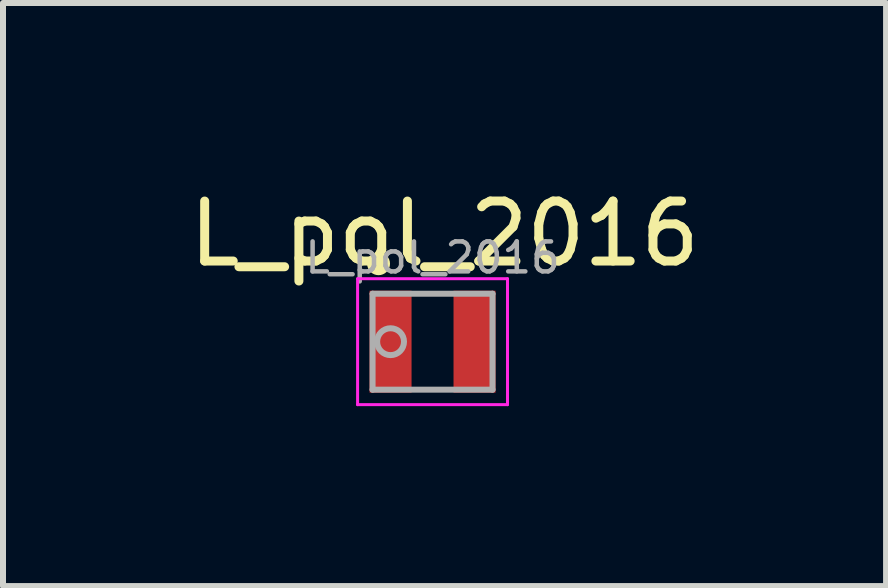
<source format=kicad_pcb>
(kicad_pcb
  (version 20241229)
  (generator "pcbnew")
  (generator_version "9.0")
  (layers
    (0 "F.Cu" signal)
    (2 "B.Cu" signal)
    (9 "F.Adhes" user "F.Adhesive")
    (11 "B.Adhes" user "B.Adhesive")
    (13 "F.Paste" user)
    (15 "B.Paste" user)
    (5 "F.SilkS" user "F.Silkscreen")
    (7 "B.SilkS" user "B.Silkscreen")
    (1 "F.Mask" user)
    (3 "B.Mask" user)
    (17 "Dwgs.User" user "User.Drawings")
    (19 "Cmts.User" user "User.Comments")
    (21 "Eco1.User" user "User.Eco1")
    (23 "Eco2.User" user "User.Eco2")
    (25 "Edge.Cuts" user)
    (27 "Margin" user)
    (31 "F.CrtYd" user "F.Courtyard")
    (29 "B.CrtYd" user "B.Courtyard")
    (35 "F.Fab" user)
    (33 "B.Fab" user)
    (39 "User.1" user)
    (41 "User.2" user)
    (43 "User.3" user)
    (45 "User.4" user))
  (footprint "L_pol_2016"
    (layer "F.Cu")
    (at 4.163 2.648)
    (property "Reference" "L_pol_2016" (at 0.2 -1.8 0) (layer "F.SilkS") (effects (font (size 1 1) (thickness 0.15))))
    (attr smd)
    (fp_circle (center -0.9 -1.3) (end -0.759 -1.3) (stroke (width 0.1) (type solid)) (fill yes) (layer "F.SilkS"))
    (fp_rect (start -0.95 -0.75) (end -0.45 0.75) (stroke (width 0.15) (type solid)) (fill yes) (layer "F.Paste"))
    (fp_rect (start 0.45 -0.75) (end 0.95 0.75) (stroke (width 0.15) (type solid)) (fill yes) (layer "F.Paste"))
    (fp_line (start -1.25 -1.05) (end -1.25 1.05) (stroke (width 0.05) (type solid)) (layer "F.CrtYd"))
    (fp_line (start -1.25 1.05) (end 1.25 1.05) (stroke (width 0.05) (type solid)) (layer "F.CrtYd"))
    (fp_line (start 1.25 -1.05) (end -1.25 -1.05) (stroke (width 0.05) (type solid)) (layer "F.CrtYd"))
    (fp_line (start 1.25 1.05) (end 1.25 -1.05) (stroke (width 0.05) (type solid)) (layer "F.CrtYd"))
    (fp_line (start -1 -0.8) (end -1 0.8) (stroke (width 0.1) (type solid)) (layer "F.Fab"))
    (fp_line (start -1 0.8) (end 1 0.8) (stroke (width 0.1) (type solid)) (layer "F.Fab"))
    (fp_line (start 1 -0.8) (end -1 -0.8) (stroke (width 0.1) (type solid)) (layer "F.Fab"))
    (fp_line (start 1 0.8) (end 1 -0.8) (stroke (width 0.1) (type solid)) (layer "F.Fab"))
    (fp_circle (center -0.7 0) (end -0.476 0) (stroke (width 0.1) (type solid)) (fill no) (layer "F.Fab"))
    (fp_text user "${REFERENCE}" (at 0 -1.4 0) (layer "F.Fab") (effects (font (size 0.5 0.5) (thickness 0.075))))
    (pad "1" smd rect (at -0.7 0) (size 0.7 1.7) (layers "F.Cu" "F.Mask"))
    (pad "2" smd rect (at 0.7 0) (size 0.7 1.7) (layers "F.Cu" "F.Mask")))
  (gr_rect
    (start -3 -3)
    (end 11.726 6.723)
    (stroke (width 0.1) (type default))
    (fill no)
    (layer "Edge.Cuts")))
</source>
